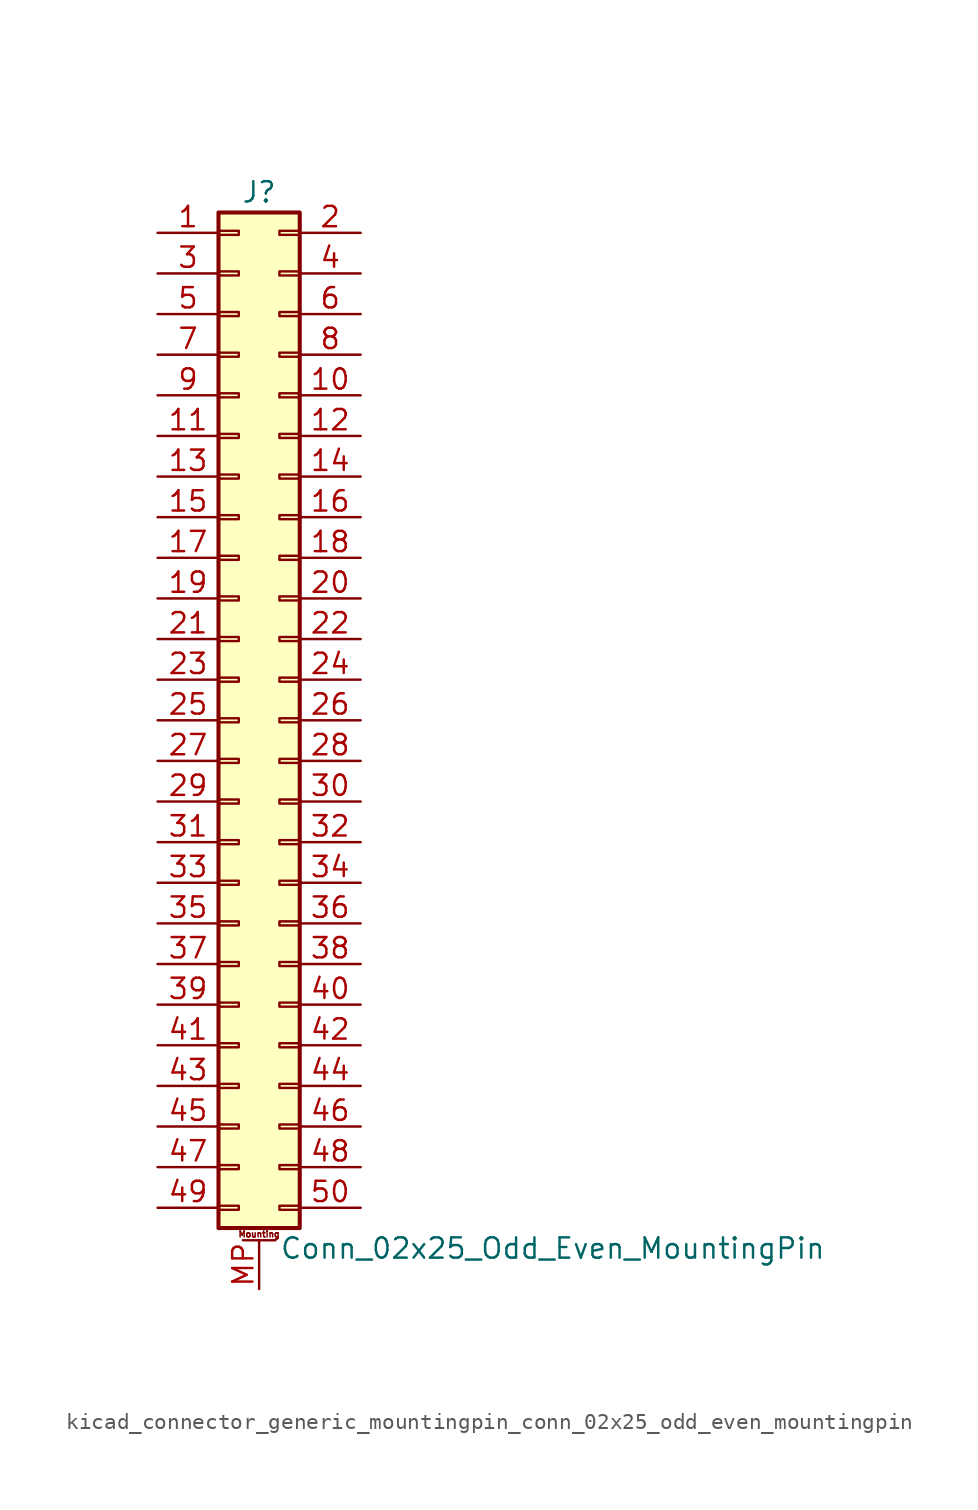
<source format=kicad_sym>
(kicad_symbol_lib
  (version 20220914)
  (generator kicad_symbol_editor)
  (symbol "kicad_connector_generic_mountingpin_conn_02x25_odd_even_mountingpin"
    (pin_names
      (offset 1.016) hide)
    (property "Reference" "J"
      (at 1.27 33.02 0)
      (effects (font (size 1.27 1.27))))
    (property "Value" "Conn_02x25_Odd_Even_MountingPin"
      (at 2.54 -33.02 0)
      (effects (font (size 1.27 1.27)) (justify left)))
    (symbol "kicad_connector_generic_mountingpin_conn_02x25_odd_even_mountingpin_1_1"
      (rectangle (start -1.27 -30.353) (end 0 -30.607) (stroke (width 0.152) (type default)) (fill (type none)))
      (rectangle (start -1.27 -27.813) (end 0 -28.067) (stroke (width 0.152) (type default)) (fill (type none)))
      (rectangle (start -1.27 -25.273) (end 0 -25.527) (stroke (width 0.152) (type default)) (fill (type none)))
      (rectangle (start -1.27 -22.733) (end 0 -22.987) (stroke (width 0.152) (type default)) (fill (type none)))
      (rectangle (start -1.27 -20.193) (end 0 -20.447) (stroke (width 0.152) (type default)) (fill (type none)))
      (rectangle (start -1.27 -17.653) (end 0 -17.907) (stroke (width 0.152) (type default)) (fill (type none)))
      (rectangle (start -1.27 -15.113) (end 0 -15.367) (stroke (width 0.152) (type default)) (fill (type none)))
      (rectangle (start -1.27 -12.573) (end 0 -12.827) (stroke (width 0.152) (type default)) (fill (type none)))
      (rectangle (start -1.27 -10.033) (end 0 -10.287) (stroke (width 0.152) (type default)) (fill (type none)))
      (rectangle (start -1.27 -7.493) (end 0 -7.747) (stroke (width 0.152) (type default)) (fill (type none)))
      (rectangle (start -1.27 -4.953) (end 0 -5.207) (stroke (width 0.152) (type default)) (fill (type none)))
      (rectangle (start -1.27 -2.413) (end 0 -2.667) (stroke (width 0.152) (type default)) (fill (type none)))
      (rectangle (start -1.27 0.127) (end 0 -0.127) (stroke (width 0.152) (type default)) (fill (type none)))
      (rectangle (start -1.27 2.667) (end 0 2.413) (stroke (width 0.152) (type default)) (fill (type none)))
      (rectangle (start -1.27 5.207) (end 0 4.953) (stroke (width 0.152) (type default)) (fill (type none)))
      (rectangle (start -1.27 7.747) (end 0 7.493) (stroke (width 0.152) (type default)) (fill (type none)))
      (rectangle (start -1.27 10.287) (end 0 10.033) (stroke (width 0.152) (type default)) (fill (type none)))
      (rectangle (start -1.27 12.827) (end 0 12.573) (stroke (width 0.152) (type default)) (fill (type none)))
      (rectangle (start -1.27 15.367) (end 0 15.113) (stroke (width 0.152) (type default)) (fill (type none)))
      (rectangle (start -1.27 17.907) (end 0 17.653) (stroke (width 0.152) (type default)) (fill (type none)))
      (rectangle (start -1.27 20.447) (end 0 20.193) (stroke (width 0.152) (type default)) (fill (type none)))
      (rectangle (start -1.27 22.987) (end 0 22.733) (stroke (width 0.152) (type default)) (fill (type none)))
      (rectangle (start -1.27 25.527) (end 0 25.273) (stroke (width 0.152) (type default)) (fill (type none)))
      (rectangle (start -1.27 28.067) (end 0 27.813) (stroke (width 0.152) (type default)) (fill (type none)))
      (rectangle (start -1.27 30.607) (end 0 30.353) (stroke (width 0.152) (type default)) (fill (type none)))
      (rectangle (start -1.27 31.75) (end 3.81 -31.75) (stroke (width 0.254) (type default)) (fill (type background)))
      (polyline (pts (xy 0.254 -32.512) (xy 2.286 -32.512)) (stroke (width 0.152) (type default)) (fill (type none)))
      (rectangle (start 3.81 -30.353) (end 2.54 -30.607) (stroke (width 0.152) (type default)) (fill (type none)))
      (rectangle (start 3.81 -27.813) (end 2.54 -28.067) (stroke (width 0.152) (type default)) (fill (type none)))
      (rectangle (start 3.81 -25.273) (end 2.54 -25.527) (stroke (width 0.152) (type default)) (fill (type none)))
      (rectangle (start 3.81 -22.733) (end 2.54 -22.987) (stroke (width 0.152) (type default)) (fill (type none)))
      (rectangle (start 3.81 -20.193) (end 2.54 -20.447) (stroke (width 0.152) (type default)) (fill (type none)))
      (rectangle (start 3.81 -17.653) (end 2.54 -17.907) (stroke (width 0.152) (type default)) (fill (type none)))
      (rectangle (start 3.81 -15.113) (end 2.54 -15.367) (stroke (width 0.152) (type default)) (fill (type none)))
      (rectangle (start 3.81 -12.573) (end 2.54 -12.827) (stroke (width 0.152) (type default)) (fill (type none)))
      (rectangle (start 3.81 -10.033) (end 2.54 -10.287) (stroke (width 0.152) (type default)) (fill (type none)))
      (rectangle (start 3.81 -7.493) (end 2.54 -7.747) (stroke (width 0.152) (type default)) (fill (type none)))
      (rectangle (start 3.81 -4.953) (end 2.54 -5.207) (stroke (width 0.152) (type default)) (fill (type none)))
      (rectangle (start 3.81 -2.413) (end 2.54 -2.667) (stroke (width 0.152) (type default)) (fill (type none)))
      (rectangle (start 3.81 0.127) (end 2.54 -0.127) (stroke (width 0.152) (type default)) (fill (type none)))
      (rectangle (start 3.81 2.667) (end 2.54 2.413) (stroke (width 0.152) (type default)) (fill (type none)))
      (rectangle (start 3.81 5.207) (end 2.54 4.953) (stroke (width 0.152) (type default)) (fill (type none)))
      (rectangle (start 3.81 7.747) (end 2.54 7.493) (stroke (width 0.152) (type default)) (fill (type none)))
      (rectangle (start 3.81 10.287) (end 2.54 10.033) (stroke (width 0.152) (type default)) (fill (type none)))
      (rectangle (start 3.81 12.827) (end 2.54 12.573) (stroke (width 0.152) (type default)) (fill (type none)))
      (rectangle (start 3.81 15.367) (end 2.54 15.113) (stroke (width 0.152) (type default)) (fill (type none)))
      (rectangle (start 3.81 17.907) (end 2.54 17.653) (stroke (width 0.152) (type default)) (fill (type none)))
      (rectangle (start 3.81 20.447) (end 2.54 20.193) (stroke (width 0.152) (type default)) (fill (type none)))
      (rectangle (start 3.81 22.987) (end 2.54 22.733) (stroke (width 0.152) (type default)) (fill (type none)))
      (rectangle (start 3.81 25.527) (end 2.54 25.273) (stroke (width 0.152) (type default)) (fill (type none)))
      (rectangle (start 3.81 28.067) (end 2.54 27.813) (stroke (width 0.152) (type default)) (fill (type none)))
      (rectangle (start 3.81 30.607) (end 2.54 30.353) (stroke (width 0.152) (type default)) (fill (type none)))
      (text "Mounting" (at 1.27 -32.131 0) (effects (font (size 0.381 0.381))))
      (pin passive line (at -5.08 30.48 0) (length 3.81) (name "Pin_1" (effects (font (size 1.27 1.27)))) (number "1" (effects (font (size 1.27 1.27)))))
      (pin passive line (at 7.62 20.32 180) (length 3.81) (name "Pin_10" (effects (font (size 1.27 1.27)))) (number "10" (effects (font (size 1.27 1.27)))))
      (pin passive line (at -5.08 17.78 0) (length 3.81) (name "Pin_11" (effects (font (size 1.27 1.27)))) (number "11" (effects (font (size 1.27 1.27)))))
      (pin passive line (at 7.62 17.78 180) (length 3.81) (name "Pin_12" (effects (font (size 1.27 1.27)))) (number "12" (effects (font (size 1.27 1.27)))))
      (pin passive line (at -5.08 15.24 0) (length 3.81) (name "Pin_13" (effects (font (size 1.27 1.27)))) (number "13" (effects (font (size 1.27 1.27)))))
      (pin passive line (at 7.62 15.24 180) (length 3.81) (name "Pin_14" (effects (font (size 1.27 1.27)))) (number "14" (effects (font (size 1.27 1.27)))))
      (pin passive line (at -5.08 12.7 0) (length 3.81) (name "Pin_15" (effects (font (size 1.27 1.27)))) (number "15" (effects (font (size 1.27 1.27)))))
      (pin passive line (at 7.62 12.7 180) (length 3.81) (name "Pin_16" (effects (font (size 1.27 1.27)))) (number "16" (effects (font (size 1.27 1.27)))))
      (pin passive line (at -5.08 10.16 0) (length 3.81) (name "Pin_17" (effects (font (size 1.27 1.27)))) (number "17" (effects (font (size 1.27 1.27)))))
      (pin passive line (at 7.62 10.16 180) (length 3.81) (name "Pin_18" (effects (font (size 1.27 1.27)))) (number "18" (effects (font (size 1.27 1.27)))))
      (pin passive line (at -5.08 7.62 0) (length 3.81) (name "Pin_19" (effects (font (size 1.27 1.27)))) (number "19" (effects (font (size 1.27 1.27)))))
      (pin passive line (at 7.62 30.48 180) (length 3.81) (name "Pin_2" (effects (font (size 1.27 1.27)))) (number "2" (effects (font (size 1.27 1.27)))))
      (pin passive line (at 7.62 7.62 180) (length 3.81) (name "Pin_20" (effects (font (size 1.27 1.27)))) (number "20" (effects (font (size 1.27 1.27)))))
      (pin passive line (at -5.08 5.08 0) (length 3.81) (name "Pin_21" (effects (font (size 1.27 1.27)))) (number "21" (effects (font (size 1.27 1.27)))))
      (pin passive line (at 7.62 5.08 180) (length 3.81) (name "Pin_22" (effects (font (size 1.27 1.27)))) (number "22" (effects (font (size 1.27 1.27)))))
      (pin passive line (at -5.08 2.54 0) (length 3.81) (name "Pin_23" (effects (font (size 1.27 1.27)))) (number "23" (effects (font (size 1.27 1.27)))))
      (pin passive line (at 7.62 2.54 180) (length 3.81) (name "Pin_24" (effects (font (size 1.27 1.27)))) (number "24" (effects (font (size 1.27 1.27)))))
      (pin passive line (at -5.08 0 0) (length 3.81) (name "Pin_25" (effects (font (size 1.27 1.27)))) (number "25" (effects (font (size 1.27 1.27)))))
      (pin passive line (at 7.62 0 180) (length 3.81) (name "Pin_26" (effects (font (size 1.27 1.27)))) (number "26" (effects (font (size 1.27 1.27)))))
      (pin passive line (at -5.08 -2.54 0) (length 3.81) (name "Pin_27" (effects (font (size 1.27 1.27)))) (number "27" (effects (font (size 1.27 1.27)))))
      (pin passive line (at 7.62 -2.54 180) (length 3.81) (name "Pin_28" (effects (font (size 1.27 1.27)))) (number "28" (effects (font (size 1.27 1.27)))))
      (pin passive line (at -5.08 -5.08 0) (length 3.81) (name "Pin_29" (effects (font (size 1.27 1.27)))) (number "29" (effects (font (size 1.27 1.27)))))
      (pin passive line (at -5.08 27.94 0) (length 3.81) (name "Pin_3" (effects (font (size 1.27 1.27)))) (number "3" (effects (font (size 1.27 1.27)))))
      (pin passive line (at 7.62 -5.08 180) (length 3.81) (name "Pin_30" (effects (font (size 1.27 1.27)))) (number "30" (effects (font (size 1.27 1.27)))))
      (pin passive line (at -5.08 -7.62 0) (length 3.81) (name "Pin_31" (effects (font (size 1.27 1.27)))) (number "31" (effects (font (size 1.27 1.27)))))
      (pin passive line (at 7.62 -7.62 180) (length 3.81) (name "Pin_32" (effects (font (size 1.27 1.27)))) (number "32" (effects (font (size 1.27 1.27)))))
      (pin passive line (at -5.08 -10.16 0) (length 3.81) (name "Pin_33" (effects (font (size 1.27 1.27)))) (number "33" (effects (font (size 1.27 1.27)))))
      (pin passive line (at 7.62 -10.16 180) (length 3.81) (name "Pin_34" (effects (font (size 1.27 1.27)))) (number "34" (effects (font (size 1.27 1.27)))))
      (pin passive line (at -5.08 -12.7 0) (length 3.81) (name "Pin_35" (effects (font (size 1.27 1.27)))) (number "35" (effects (font (size 1.27 1.27)))))
      (pin passive line (at 7.62 -12.7 180) (length 3.81) (name "Pin_36" (effects (font (size 1.27 1.27)))) (number "36" (effects (font (size 1.27 1.27)))))
      (pin passive line (at -5.08 -15.24 0) (length 3.81) (name "Pin_37" (effects (font (size 1.27 1.27)))) (number "37" (effects (font (size 1.27 1.27)))))
      (pin passive line (at 7.62 -15.24 180) (length 3.81) (name "Pin_38" (effects (font (size 1.27 1.27)))) (number "38" (effects (font (size 1.27 1.27)))))
      (pin passive line (at -5.08 -17.78 0) (length 3.81) (name "Pin_39" (effects (font (size 1.27 1.27)))) (number "39" (effects (font (size 1.27 1.27)))))
      (pin passive line (at 7.62 27.94 180) (length 3.81) (name "Pin_4" (effects (font (size 1.27 1.27)))) (number "4" (effects (font (size 1.27 1.27)))))
      (pin passive line (at 7.62 -17.78 180) (length 3.81) (name "Pin_40" (effects (font (size 1.27 1.27)))) (number "40" (effects (font (size 1.27 1.27)))))
      (pin passive line (at -5.08 -20.32 0) (length 3.81) (name "Pin_41" (effects (font (size 1.27 1.27)))) (number "41" (effects (font (size 1.27 1.27)))))
      (pin passive line (at 7.62 -20.32 180) (length 3.81) (name "Pin_42" (effects (font (size 1.27 1.27)))) (number "42" (effects (font (size 1.27 1.27)))))
      (pin passive line (at -5.08 -22.86 0) (length 3.81) (name "Pin_43" (effects (font (size 1.27 1.27)))) (number "43" (effects (font (size 1.27 1.27)))))
      (pin passive line (at 7.62 -22.86 180) (length 3.81) (name "Pin_44" (effects (font (size 1.27 1.27)))) (number "44" (effects (font (size 1.27 1.27)))))
      (pin passive line (at -5.08 -25.4 0) (length 3.81) (name "Pin_45" (effects (font (size 1.27 1.27)))) (number "45" (effects (font (size 1.27 1.27)))))
      (pin passive line (at 7.62 -25.4 180) (length 3.81) (name "Pin_46" (effects (font (size 1.27 1.27)))) (number "46" (effects (font (size 1.27 1.27)))))
      (pin passive line (at -5.08 -27.94 0) (length 3.81) (name "Pin_47" (effects (font (size 1.27 1.27)))) (number "47" (effects (font (size 1.27 1.27)))))
      (pin passive line (at 7.62 -27.94 180) (length 3.81) (name "Pin_48" (effects (font (size 1.27 1.27)))) (number "48" (effects (font (size 1.27 1.27)))))
      (pin passive line (at -5.08 -30.48 0) (length 3.81) (name "Pin_49" (effects (font (size 1.27 1.27)))) (number "49" (effects (font (size 1.27 1.27)))))
      (pin passive line (at -5.08 25.4 0) (length 3.81) (name "Pin_5" (effects (font (size 1.27 1.27)))) (number "5" (effects (font (size 1.27 1.27)))))
      (pin passive line (at 7.62 -30.48 180) (length 3.81) (name "Pin_50" (effects (font (size 1.27 1.27)))) (number "50" (effects (font (size 1.27 1.27)))))
      (pin passive line (at 7.62 25.4 180) (length 3.81) (name "Pin_6" (effects (font (size 1.27 1.27)))) (number "6" (effects (font (size 1.27 1.27)))))
      (pin passive line (at -5.08 22.86 0) (length 3.81) (name "Pin_7" (effects (font (size 1.27 1.27)))) (number "7" (effects (font (size 1.27 1.27)))))
      (pin passive line (at 7.62 22.86 180) (length 3.81) (name "Pin_8" (effects (font (size 1.27 1.27)))) (number "8" (effects (font (size 1.27 1.27)))))
      (pin passive line (at -5.08 20.32 0) (length 3.81) (name "Pin_9" (effects (font (size 1.27 1.27)))) (number "9" (effects (font (size 1.27 1.27)))))
      (pin passive line (at 1.27 -35.56 90) (length 3.048) (name "MountPin" (effects (font (size 1.27 1.27)))) (number "MP" (effects (font (size 1.27 1.27))))))))
</source>
